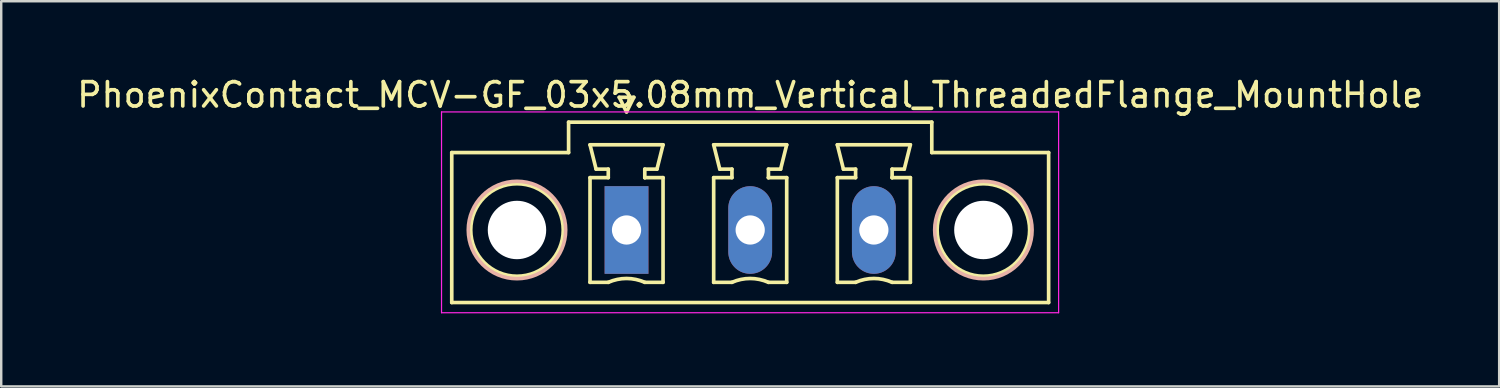
<source format=kicad_pcb>
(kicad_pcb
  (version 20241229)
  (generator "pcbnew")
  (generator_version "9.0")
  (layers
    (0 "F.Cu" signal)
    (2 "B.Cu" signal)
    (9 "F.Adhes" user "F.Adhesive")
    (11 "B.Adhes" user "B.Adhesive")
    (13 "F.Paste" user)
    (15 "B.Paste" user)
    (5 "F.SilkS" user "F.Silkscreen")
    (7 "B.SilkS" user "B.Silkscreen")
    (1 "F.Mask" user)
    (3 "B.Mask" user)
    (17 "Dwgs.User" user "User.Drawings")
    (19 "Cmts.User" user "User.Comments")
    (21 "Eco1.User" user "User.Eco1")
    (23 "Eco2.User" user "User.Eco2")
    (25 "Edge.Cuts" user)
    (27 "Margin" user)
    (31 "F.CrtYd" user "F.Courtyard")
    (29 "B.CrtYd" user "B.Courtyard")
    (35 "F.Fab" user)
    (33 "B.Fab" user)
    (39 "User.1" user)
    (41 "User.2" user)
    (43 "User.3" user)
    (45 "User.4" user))
  (footprint "PhoenixContact_MCV-GF_03x5.08mm_Vertical_ThreadedFlange_MountHole"
    (layer "F.Cu")
    (at 22.688 6.398)
    (property "Reference" "PhoenixContact_MCV-GF_03x5.08mm_Vertical_ThreadedFlange_MountHole" (at 5.08 -5.55 0) (layer "F.SilkS") (effects (font (size 1 1) (thickness 0.15))))
    (attr through_hole)
    (fp_line (start -7.18 -3.18) (end -7.18 2.98) (stroke (width 0.15) (type solid)) (layer "F.SilkS"))
    (fp_line (start -7.18 2.98) (end 17.34 2.98) (stroke (width 0.15) (type solid)) (layer "F.SilkS"))
    (fp_line (start -2.38 -4.43) (end -2.38 -3.18) (stroke (width 0.15) (type solid)) (layer "F.SilkS"))
    (fp_line (start -2.38 -3.18) (end -7.18 -3.18) (stroke (width 0.15) (type solid)) (layer "F.SilkS"))
    (fp_line (start -1.5 -3.5) (end 1.5 -3.5) (stroke (width 0.15) (type solid)) (layer "F.SilkS"))
    (fp_line (start -1.5 -2.15) (end -0.75 -2.15) (stroke (width 0.15) (type solid)) (layer "F.SilkS"))
    (fp_line (start -1.5 2.15) (end -1.5 -2.15) (stroke (width 0.15) (type solid)) (layer "F.SilkS"))
    (fp_line (start -1.25 -2.5) (end -1.5 -3.5) (stroke (width 0.15) (type solid)) (layer "F.SilkS"))
    (fp_line (start -0.75 -2.5) (end -1.25 -2.5) (stroke (width 0.15) (type solid)) (layer "F.SilkS"))
    (fp_line (start -0.75 -2.15) (end -0.75 -2.5) (stroke (width 0.15) (type solid)) (layer "F.SilkS"))
    (fp_line (start -0.75 2.15) (end -1.5 2.15) (stroke (width 0.15) (type solid)) (layer "F.SilkS"))
    (fp_line (start -0.3 -5.45) (end 0 -4.85) (stroke (width 0.15) (type solid)) (layer "F.SilkS"))
    (fp_line (start 0 -4.85) (end 0.3 -5.45) (stroke (width 0.15) (type solid)) (layer "F.SilkS"))
    (fp_line (start 0.3 -5.45) (end -0.3 -5.45) (stroke (width 0.15) (type solid)) (layer "F.SilkS"))
    (fp_line (start 0.75 -2.5) (end 0.75 -2.15) (stroke (width 0.15) (type solid)) (layer "F.SilkS"))
    (fp_line (start 0.75 -2.15) (end 0.75 -2.15) (stroke (width 0.15) (type solid)) (layer "F.SilkS"))
    (fp_line (start 0.75 -2.15) (end 1.5 -2.15) (stroke (width 0.15) (type solid)) (layer "F.SilkS"))
    (fp_line (start 1.25 -2.5) (end 0.75 -2.5) (stroke (width 0.15) (type solid)) (layer "F.SilkS"))
    (fp_line (start 1.5 -3.5) (end 1.25 -2.5) (stroke (width 0.15) (type solid)) (layer "F.SilkS"))
    (fp_line (start 1.5 -2.15) (end 1.5 2.15) (stroke (width 0.15) (type solid)) (layer "F.SilkS"))
    (fp_line (start 1.5 2.15) (end 0.75 2.15) (stroke (width 0.15) (type solid)) (layer "F.SilkS"))
    (fp_line (start 3.58 -3.5) (end 6.58 -3.5) (stroke (width 0.15) (type solid)) (layer "F.SilkS"))
    (fp_line (start 3.58 -2.15) (end 4.33 -2.15) (stroke (width 0.15) (type solid)) (layer "F.SilkS"))
    (fp_line (start 3.58 2.15) (end 3.58 -2.15) (stroke (width 0.15) (type solid)) (layer "F.SilkS"))
    (fp_line (start 3.83 -2.5) (end 3.58 -3.5) (stroke (width 0.15) (type solid)) (layer "F.SilkS"))
    (fp_line (start 4.33 -2.5) (end 3.83 -2.5) (stroke (width 0.15) (type solid)) (layer "F.SilkS"))
    (fp_line (start 4.33 -2.15) (end 4.33 -2.5) (stroke (width 0.15) (type solid)) (layer "F.SilkS"))
    (fp_line (start 4.33 2.15) (end 3.58 2.15) (stroke (width 0.15) (type solid)) (layer "F.SilkS"))
    (fp_line (start 5.83 -2.5) (end 5.83 -2.15) (stroke (width 0.15) (type solid)) (layer "F.SilkS"))
    (fp_line (start 5.83 -2.15) (end 5.83 -2.15) (stroke (width 0.15) (type solid)) (layer "F.SilkS"))
    (fp_line (start 5.83 -2.15) (end 6.58 -2.15) (stroke (width 0.15) (type solid)) (layer "F.SilkS"))
    (fp_line (start 6.33 -2.5) (end 5.83 -2.5) (stroke (width 0.15) (type solid)) (layer "F.SilkS"))
    (fp_line (start 6.58 -3.5) (end 6.33 -2.5) (stroke (width 0.15) (type solid)) (layer "F.SilkS"))
    (fp_line (start 6.58 -2.15) (end 6.58 2.15) (stroke (width 0.15) (type solid)) (layer "F.SilkS"))
    (fp_line (start 6.58 2.15) (end 5.83 2.15) (stroke (width 0.15) (type solid)) (layer "F.SilkS"))
    (fp_line (start 8.66 -3.5) (end 11.66 -3.5) (stroke (width 0.15) (type solid)) (layer "F.SilkS"))
    (fp_line (start 8.66 -2.15) (end 9.41 -2.15) (stroke (width 0.15) (type solid)) (layer "F.SilkS"))
    (fp_line (start 8.66 2.15) (end 8.66 -2.15) (stroke (width 0.15) (type solid)) (layer "F.SilkS"))
    (fp_line (start 8.91 -2.5) (end 8.66 -3.5) (stroke (width 0.15) (type solid)) (layer "F.SilkS"))
    (fp_line (start 9.41 -2.5) (end 8.91 -2.5) (stroke (width 0.15) (type solid)) (layer "F.SilkS"))
    (fp_line (start 9.41 -2.15) (end 9.41 -2.5) (stroke (width 0.15) (type solid)) (layer "F.SilkS"))
    (fp_line (start 9.41 2.15) (end 8.66 2.15) (stroke (width 0.15) (type solid)) (layer "F.SilkS"))
    (fp_line (start 10.91 -2.5) (end 10.91 -2.15) (stroke (width 0.15) (type solid)) (layer "F.SilkS"))
    (fp_line (start 10.91 -2.15) (end 10.91 -2.15) (stroke (width 0.15) (type solid)) (layer "F.SilkS"))
    (fp_line (start 10.91 -2.15) (end 11.66 -2.15) (stroke (width 0.15) (type solid)) (layer "F.SilkS"))
    (fp_line (start 11.41 -2.5) (end 10.91 -2.5) (stroke (width 0.15) (type solid)) (layer "F.SilkS"))
    (fp_line (start 11.66 -3.5) (end 11.41 -2.5) (stroke (width 0.15) (type solid)) (layer "F.SilkS"))
    (fp_line (start 11.66 -2.15) (end 11.66 2.15) (stroke (width 0.15) (type solid)) (layer "F.SilkS"))
    (fp_line (start 11.66 2.15) (end 10.91 2.15) (stroke (width 0.15) (type solid)) (layer "F.SilkS"))
    (fp_line (start 12.54 -4.43) (end -2.38 -4.43) (stroke (width 0.15) (type solid)) (layer "F.SilkS"))
    (fp_line (start 12.54 -3.18) (end 12.54 -4.43) (stroke (width 0.15) (type solid)) (layer "F.SilkS"))
    (fp_line (start 17.34 -3.18) (end 12.54 -3.18) (stroke (width 0.15) (type solid)) (layer "F.SilkS"))
    (fp_line (start 17.34 2.98) (end 17.34 -3.18) (stroke (width 0.15) (type solid)) (layer "F.SilkS"))
    (fp_arc (start -0.75 2.15) (mid -0.000193 1.99191) (end 0.749647 2.149844) (stroke (width 0.15) (type solid)) (layer "F.SilkS"))
    (fp_arc (start 4.33 2.15) (mid 5.079807 1.99191) (end 5.829647 2.149844) (stroke (width 0.15) (type solid)) (layer "F.SilkS"))
    (fp_arc (start 9.41 2.15) (mid 10.159807 1.99191) (end 10.909647 2.149844) (stroke (width 0.15) (type solid)) (layer "F.SilkS"))
    (fp_circle (center -4.5 0) (end -2.6 0) (stroke (width 0.15) (type solid)) (fill no) (layer "F.SilkS"))
    (fp_circle (center 14.66 0) (end 16.56 0) (stroke (width 0.15) (type solid)) (fill no) (layer "F.SilkS"))
    (fp_circle (center -4.5 0) (end -2.5 0) (stroke (width 0.15) (type solid)) (fill no) (layer "B.SilkS"))
    (fp_circle (center 14.66 0) (end 16.66 0) (stroke (width 0.15) (type solid)) (fill no) (layer "B.SilkS"))
    (fp_line (start -7.6 -4.85) (end -7.6 3.4) (stroke (width 0.05) (type solid)) (layer "F.CrtYd"))
    (fp_line (start -7.6 3.4) (end 17.75 3.4) (stroke (width 0.05) (type solid)) (layer "F.CrtYd"))
    (fp_line (start 17.75 -4.85) (end -7.6 -4.85) (stroke (width 0.05) (type solid)) (layer "F.CrtYd"))
    (fp_line (start 17.75 3.4) (end 17.75 -4.85) (stroke (width 0.05) (type solid)) (layer "F.CrtYd"))
    (pad "" np_thru_hole circle (at -4.5 0) (size 2.4 2.4) (drill 2.4) (layers "*.Cu" "*.Mask"))
    (pad "" np_thru_hole circle (at 14.66 0) (size 2.4 2.4) (drill 2.4) (layers "*.Cu" "*.Mask"))
    (pad "1" thru_hole rect (at 0 0) (size 1.8 3.6) (drill 1.2) (layers "*.Cu" "*.Mask"))
    (pad "2" thru_hole oval (at 5.08 0) (size 1.8 3.6) (drill 1.2) (layers "*.Cu" "*.Mask"))
    (pad "3" thru_hole oval (at 10.16 0) (size 1.8 3.6) (drill 1.2) (layers "*.Cu" "*.Mask")))
  (gr_rect
    (start -3 -3)
    (end 58.536 12.823)
    (stroke (width 0.1) (type default))
    (fill no)
    (layer "Edge.Cuts")))
</source>
